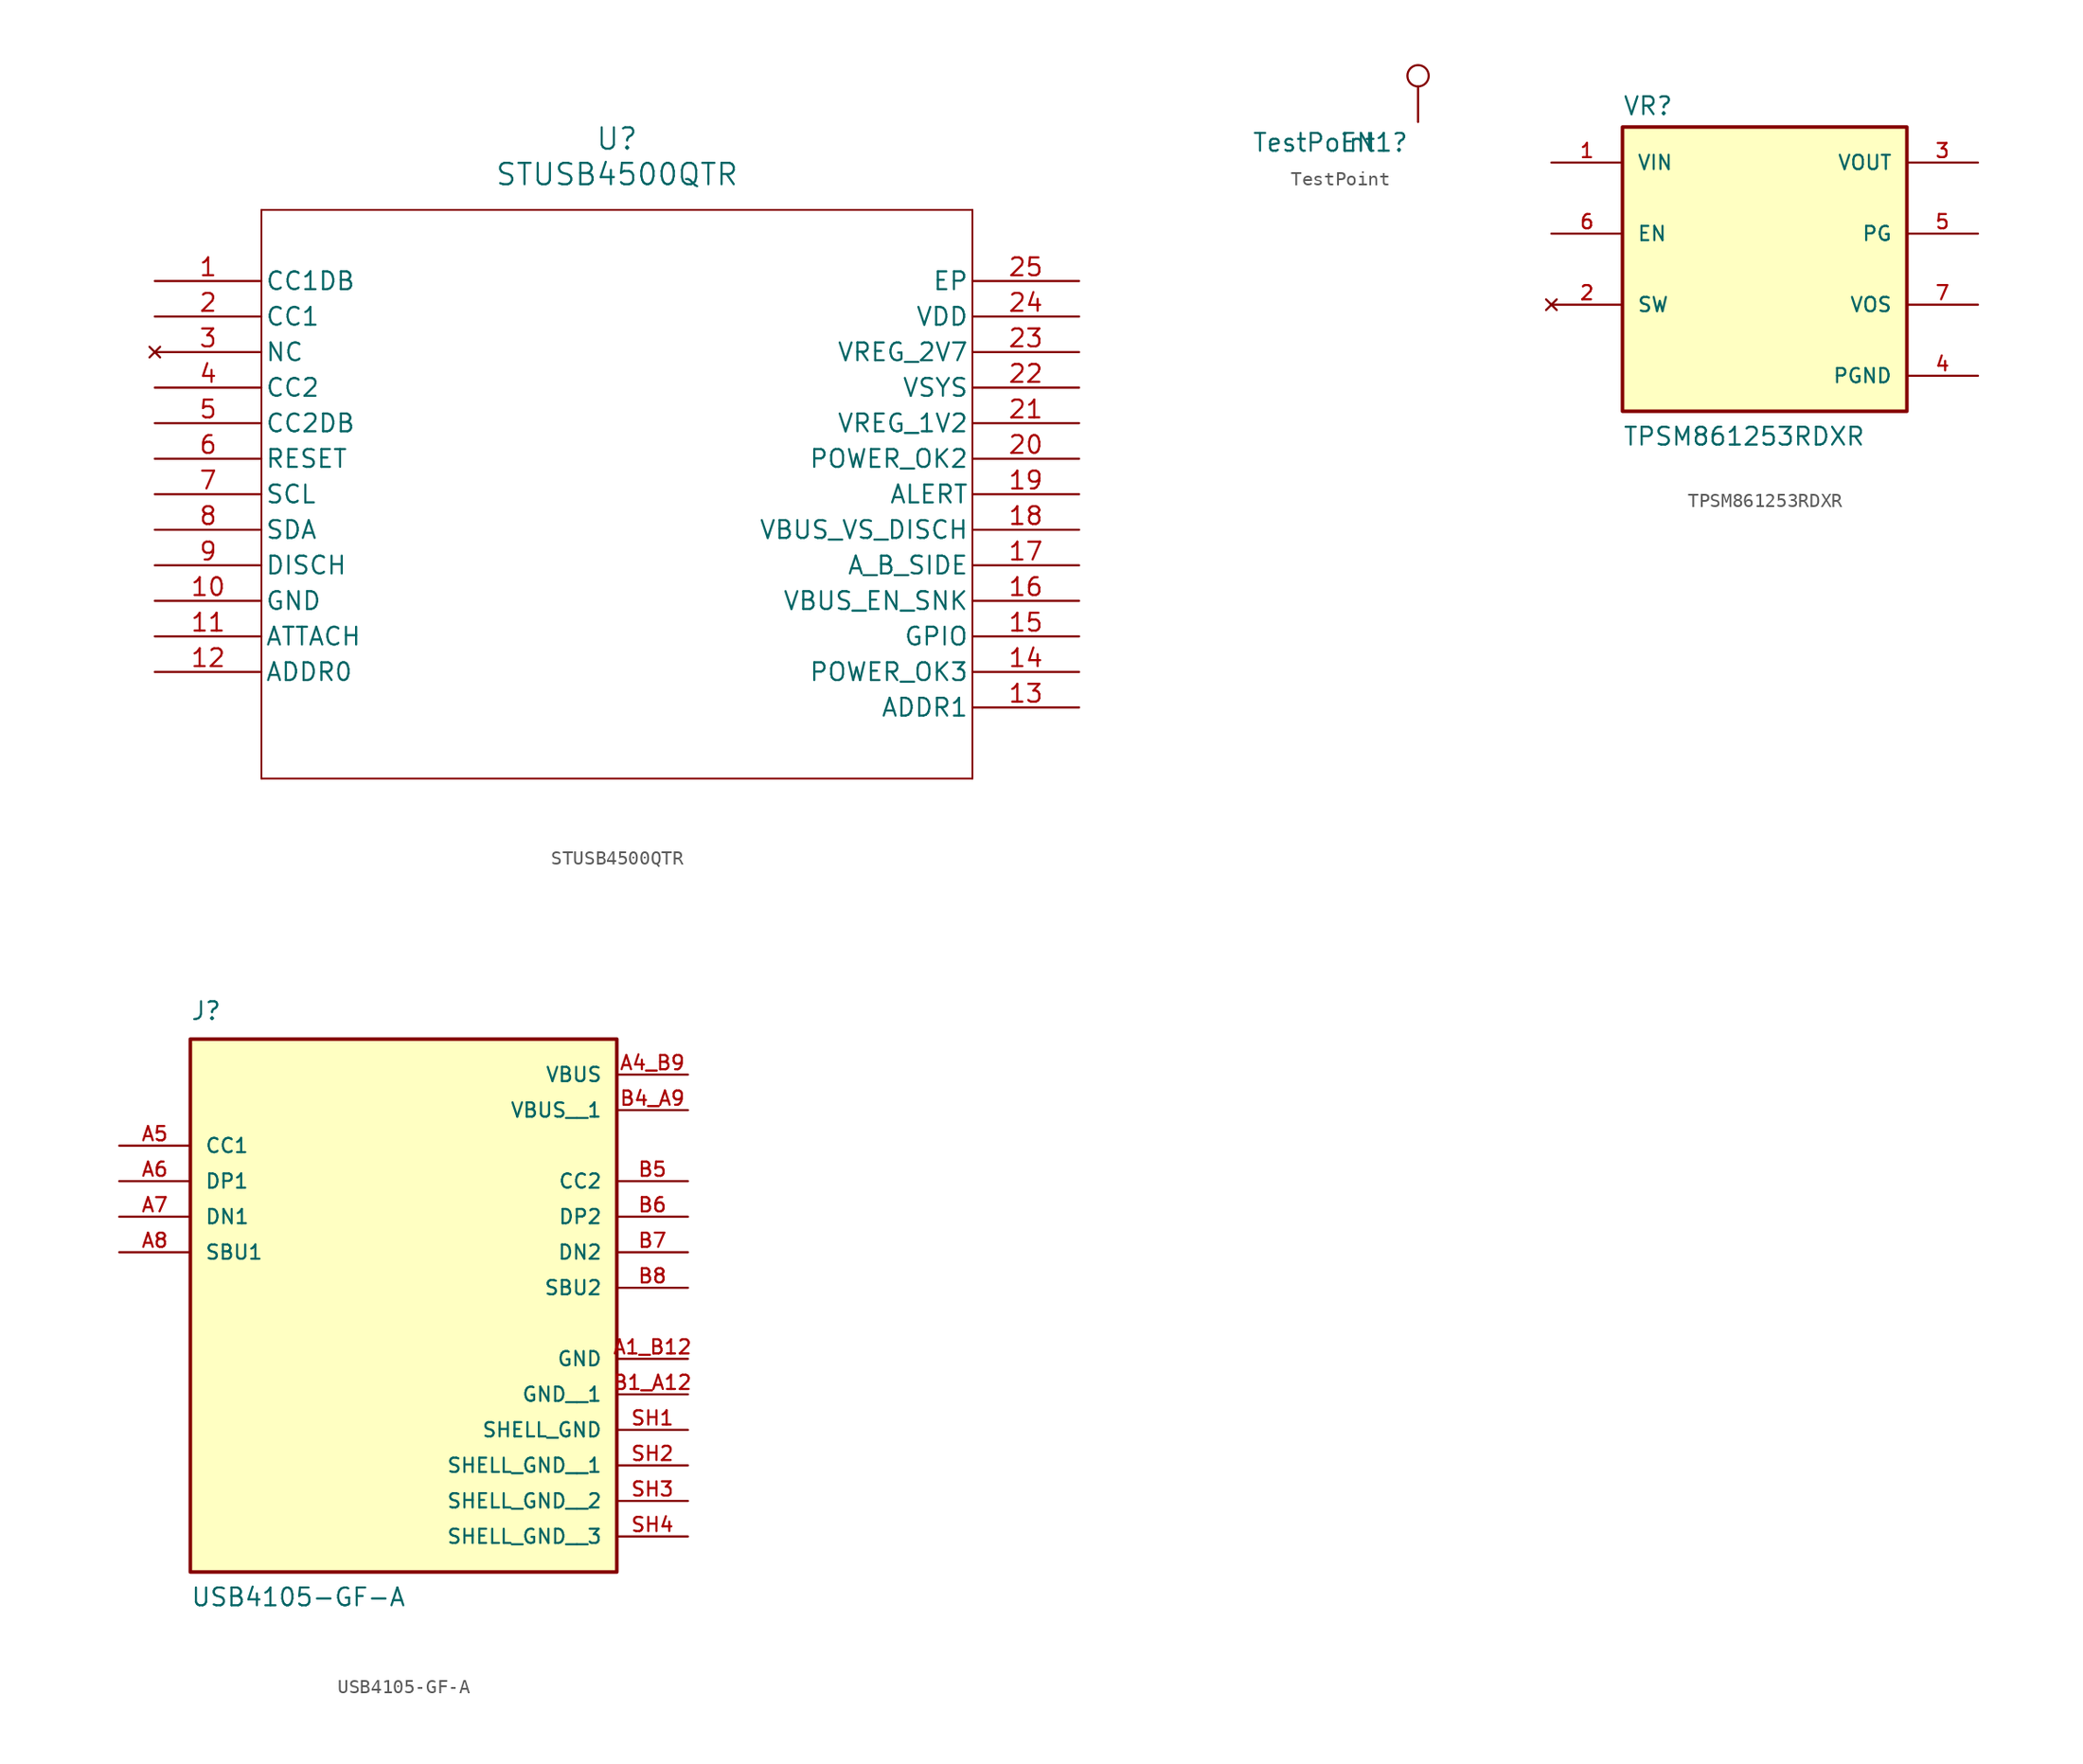
<source format=kicad_sym>
(kicad_symbol_lib
  (version 20241209)
  (generator "kicad_symbol_editor")
  (generator_version "9.0")
  (symbol "STUSB4500QTR"
    (pin_names
      (offset 0.254))
    (property "Reference" "U"
      (at 33.02 10.16 0)
      (effects (font (size 1.524 1.524))))
    (property "Value" "STUSB4500QTR"
      (at 33.02 7.62 0)
      (effects (font (size 1.524 1.524))))
    (property "ki_locked" ""
      (at 0 0 0)
      (effects (font (size 1.27 1.27))))
    (symbol "STUSB4500QTR_0_1"
      (polyline (pts (xy 7.62 5.08) (xy 7.62 -35.56)) (stroke (width 0.127) (type default)) (fill (type none)))
      (polyline (pts (xy 7.62 -35.56) (xy 58.42 -35.56)) (stroke (width 0.127) (type default)) (fill (type none)))
      (polyline (pts (xy 58.42 5.08) (xy 7.62 5.08)) (stroke (width 0.127) (type default)) (fill (type none)))
      (polyline (pts (xy 58.42 -35.56) (xy 58.42 5.08)) (stroke (width 0.127) (type default)) (fill (type none)))
      (pin unspecified line (at 0 0 0) (length 7.62) (name "CC1DB" (effects (font (size 1.27 1.27)))) (number "1" (effects (font (size 1.27 1.27)))))
      (pin unspecified line (at 0 -2.54 0) (length 7.62) (name "CC1" (effects (font (size 1.27 1.27)))) (number "2" (effects (font (size 1.27 1.27)))))
      (pin no_connect line (at 0 -5.08 0) (length 7.62) (name "NC" (effects (font (size 1.27 1.27)))) (number "3" (effects (font (size 1.27 1.27)))))
      (pin unspecified line (at 0 -7.62 0) (length 7.62) (name "CC2" (effects (font (size 1.27 1.27)))) (number "4" (effects (font (size 1.27 1.27)))))
      (pin unspecified line (at 0 -10.16 0) (length 7.62) (name "CC2DB" (effects (font (size 1.27 1.27)))) (number "5" (effects (font (size 1.27 1.27)))))
      (pin input line (at 0 -12.7 0) (length 7.62) (name "RESET" (effects (font (size 1.27 1.27)))) (number "6" (effects (font (size 1.27 1.27)))))
      (pin input line (at 0 -15.24 0) (length 7.62) (name "SCL" (effects (font (size 1.27 1.27)))) (number "7" (effects (font (size 1.27 1.27)))))
      (pin bidirectional line (at 0 -17.78 0) (length 7.62) (name "SDA" (effects (font (size 1.27 1.27)))) (number "8" (effects (font (size 1.27 1.27)))))
      (pin bidirectional line (at 0 -20.32 0) (length 7.62) (name "DISCH" (effects (font (size 1.27 1.27)))) (number "9" (effects (font (size 1.27 1.27)))))
      (pin power_out line (at 0 -22.86 0) (length 7.62) (name "GND" (effects (font (size 1.27 1.27)))) (number "10" (effects (font (size 1.27 1.27)))))
      (pin output line (at 0 -25.4 0) (length 7.62) (name "ATTACH" (effects (font (size 1.27 1.27)))) (number "11" (effects (font (size 1.27 1.27)))))
      (pin input line (at 0 -27.94 0) (length 7.62) (name "ADDR0" (effects (font (size 1.27 1.27)))) (number "12" (effects (font (size 1.27 1.27)))))
      (pin power_out line (at 66.04 0 180) (length 7.62) (name "EP" (effects (font (size 1.27 1.27)))) (number "25" (effects (font (size 1.27 1.27)))))
      (pin power_in line (at 66.04 -2.54 180) (length 7.62) (name "VDD" (effects (font (size 1.27 1.27)))) (number "24" (effects (font (size 1.27 1.27)))))
      (pin power_in line (at 66.04 -5.08 180) (length 7.62) (name "VREG_2V7" (effects (font (size 1.27 1.27)))) (number "23" (effects (font (size 1.27 1.27)))))
      (pin power_in line (at 66.04 -7.62 180) (length 7.62) (name "VSYS" (effects (font (size 1.27 1.27)))) (number "22" (effects (font (size 1.27 1.27)))))
      (pin power_in line (at 66.04 -10.16 180) (length 7.62) (name "VREG_1V2" (effects (font (size 1.27 1.27)))) (number "21" (effects (font (size 1.27 1.27)))))
      (pin output line (at 66.04 -12.7 180) (length 7.62) (name "POWER_OK2" (effects (font (size 1.27 1.27)))) (number "20" (effects (font (size 1.27 1.27)))))
      (pin output line (at 66.04 -15.24 180) (length 7.62) (name "ALERT" (effects (font (size 1.27 1.27)))) (number "19" (effects (font (size 1.27 1.27)))))
      (pin input line (at 66.04 -17.78 180) (length 7.62) (name "VBUS_VS_DISCH" (effects (font (size 1.27 1.27)))) (number "18" (effects (font (size 1.27 1.27)))))
      (pin output line (at 66.04 -20.32 180) (length 7.62) (name "A_B_SIDE" (effects (font (size 1.27 1.27)))) (number "17" (effects (font (size 1.27 1.27)))))
      (pin input line (at 66.04 -22.86 180) (length 7.62) (name "VBUS_EN_SNK" (effects (font (size 1.27 1.27)))) (number "16" (effects (font (size 1.27 1.27)))))
      (pin output line (at 66.04 -25.4 180) (length 7.62) (name "GPIO" (effects (font (size 1.27 1.27)))) (number "15" (effects (font (size 1.27 1.27)))))
      (pin output line (at 66.04 -27.94 180) (length 7.62) (name "POWER_OK3" (effects (font (size 1.27 1.27)))) (number "14" (effects (font (size 1.27 1.27)))))
      (pin input line (at 66.04 -30.48 180) (length 7.62) (name "ADDR1" (effects (font (size 1.27 1.27)))) (number "13" (effects (font (size 1.27 1.27)))))))
  (symbol "TestPoint"
    (pin_numbers
      (hide yes))
    (pin_names
      (offset 0.762)
      (hide yes))
    (property "Reference" "EN1"
      (at -0.66 -1.473 0)
      (effects (font (size 1.27 1.27)) (justify right)))
    (property "Value" "TestPoint"
      (at -2.972 -1.473 0)
      (effects (font (size 1.27 1.27)) (justify right)))
    (symbol "TestPoint_0_1"
      (circle (center 0 3.302) (radius 0.762) (stroke (width 0) (type default)) (fill (type none))))
    (symbol "TestPoint_1_1"
      (pin passive line (at 0 0 90) (length 2.54) (name "1" (effects (font (size 1.27 1.27)))) (number "1" (effects (font (size 1.27 1.27)))))))
  (symbol "TPSM861253RDXR"
    (pin_names
      (offset 1.016))
    (property "Reference" "VR"
      (at -10.16 10.922 0)
      (effects (font (size 1.27 1.27)) (justify left bottom)))
    (property "Value" "TPSM861253RDXR"
      (at -10.16 -12.7 0)
      (effects (font (size 1.27 1.27)) (justify left bottom)))
    (symbol "TPSM861253RDXR_0_0"
      (rectangle (start -10.16 -10.16) (end 10.16 10.16) (stroke (width 0.254) (type default)) (fill (type background)))
      (pin input line (at -15.24 2.54 0) (length 5.08) (name "EN" (effects (font (size 1.016 1.016)))) (number "6" (effects (font (size 1.016 1.016)))))
      (pin no_connect line (at -15.24 -2.54 0) (length 5.08) (name "SW" (effects (font (size 1.016 1.016)))) (number "2" (effects (font (size 1.016 1.016)))))
      (pin output line (at 15.24 2.54 180) (length 5.08) (name "PG" (effects (font (size 1.016 1.016)))) (number "5" (effects (font (size 1.016 1.016)))))
      (pin input line (at 15.24 -2.54 180) (length 5.08) (name "VOS" (effects (font (size 1.016 1.016)))) (number "7" (effects (font (size 1.016 1.016)))))
      (pin power_in line (at 15.24 -7.62 180) (length 5.08) (name "PGND" (effects (font (size 1.016 1.016)))) (number "4" (effects (font (size 1.016 1.016))))))
    (symbol "TPSM861253RDXR_1_0"
      (pin power_in line (at -15.24 7.62 0) (length 5.08) (name "VIN" (effects (font (size 1.016 1.016)))) (number "1" (effects (font (size 1.016 1.016)))))
      (pin power_out line (at 15.24 7.62 180) (length 5.08) (name "VOUT" (effects (font (size 1.016 1.016)))) (number "3" (effects (font (size 1.016 1.016)))))))
  (symbol "USB4105-GF-A"
    (pin_names
      (offset 1.016))
    (property "Reference" "J"
      (at -15.24 13.97 0)
      (effects (font (size 1.27 1.27)) (justify left bottom)))
    (property "Value" "USB4105-GF-A"
      (at -15.24 -27.94 0)
      (effects (font (size 1.27 1.27)) (justify left bottom)))
    (symbol "USB4105-GF-A_0_0"
      (rectangle (start -15.24 -25.4) (end 15.24 12.7) (stroke (width 0.254) (type default)) (fill (type background)))
      (pin bidirectional line (at -20.32 5.08 0) (length 5.08) (name "CC1" (effects (font (size 1.016 1.016)))) (number "A5" (effects (font (size 1.016 1.016)))))
      (pin bidirectional line (at -20.32 2.54 0) (length 5.08) (name "DP1" (effects (font (size 1.016 1.016)))) (number "A6" (effects (font (size 1.016 1.016)))))
      (pin bidirectional line (at -20.32 0 0) (length 5.08) (name "DN1" (effects (font (size 1.016 1.016)))) (number "A7" (effects (font (size 1.016 1.016)))))
      (pin bidirectional line (at -20.32 -2.54 0) (length 5.08) (name "SBU1" (effects (font (size 1.016 1.016)))) (number "A8" (effects (font (size 1.016 1.016)))))
      (pin power_in line (at 20.32 10.16 180) (length 5.08) (name "VBUS" (effects (font (size 1.016 1.016)))) (number "A4_B9" (effects (font (size 1.016 1.016)))))
      (pin power_in line (at 20.32 7.62 180) (length 5.08) (name "VBUS__1" (effects (font (size 1.016 1.016)))) (number "B4_A9" (effects (font (size 1.016 1.016)))))
      (pin bidirectional line (at 20.32 2.54 180) (length 5.08) (name "CC2" (effects (font (size 1.016 1.016)))) (number "B5" (effects (font (size 1.016 1.016)))))
      (pin bidirectional line (at 20.32 0 180) (length 5.08) (name "DP2" (effects (font (size 1.016 1.016)))) (number "B6" (effects (font (size 1.016 1.016)))))
      (pin bidirectional line (at 20.32 -2.54 180) (length 5.08) (name "DN2" (effects (font (size 1.016 1.016)))) (number "B7" (effects (font (size 1.016 1.016)))))
      (pin bidirectional line (at 20.32 -5.08 180) (length 5.08) (name "SBU2" (effects (font (size 1.016 1.016)))) (number "B8" (effects (font (size 1.016 1.016)))))
      (pin power_in line (at 20.32 -10.16 180) (length 5.08) (name "GND" (effects (font (size 1.016 1.016)))) (number "A1_B12" (effects (font (size 1.016 1.016)))))
      (pin power_in line (at 20.32 -12.7 180) (length 5.08) (name "GND__1" (effects (font (size 1.016 1.016)))) (number "B1_A12" (effects (font (size 1.016 1.016)))))
      (pin power_in line (at 20.32 -15.24 180) (length 5.08) (name "SHELL_GND" (effects (font (size 1.016 1.016)))) (number "SH1" (effects (font (size 1.016 1.016)))))
      (pin power_in line (at 20.32 -17.78 180) (length 5.08) (name "SHELL_GND__1" (effects (font (size 1.016 1.016)))) (number "SH2" (effects (font (size 1.016 1.016)))))
      (pin power_in line (at 20.32 -20.32 180) (length 5.08) (name "SHELL_GND__2" (effects (font (size 1.016 1.016)))) (number "SH3" (effects (font (size 1.016 1.016)))))
      (pin power_in line (at 20.32 -22.86 180) (length 5.08) (name "SHELL_GND__3" (effects (font (size 1.016 1.016)))) (number "SH4" (effects (font (size 1.016 1.016))))))))
</source>
